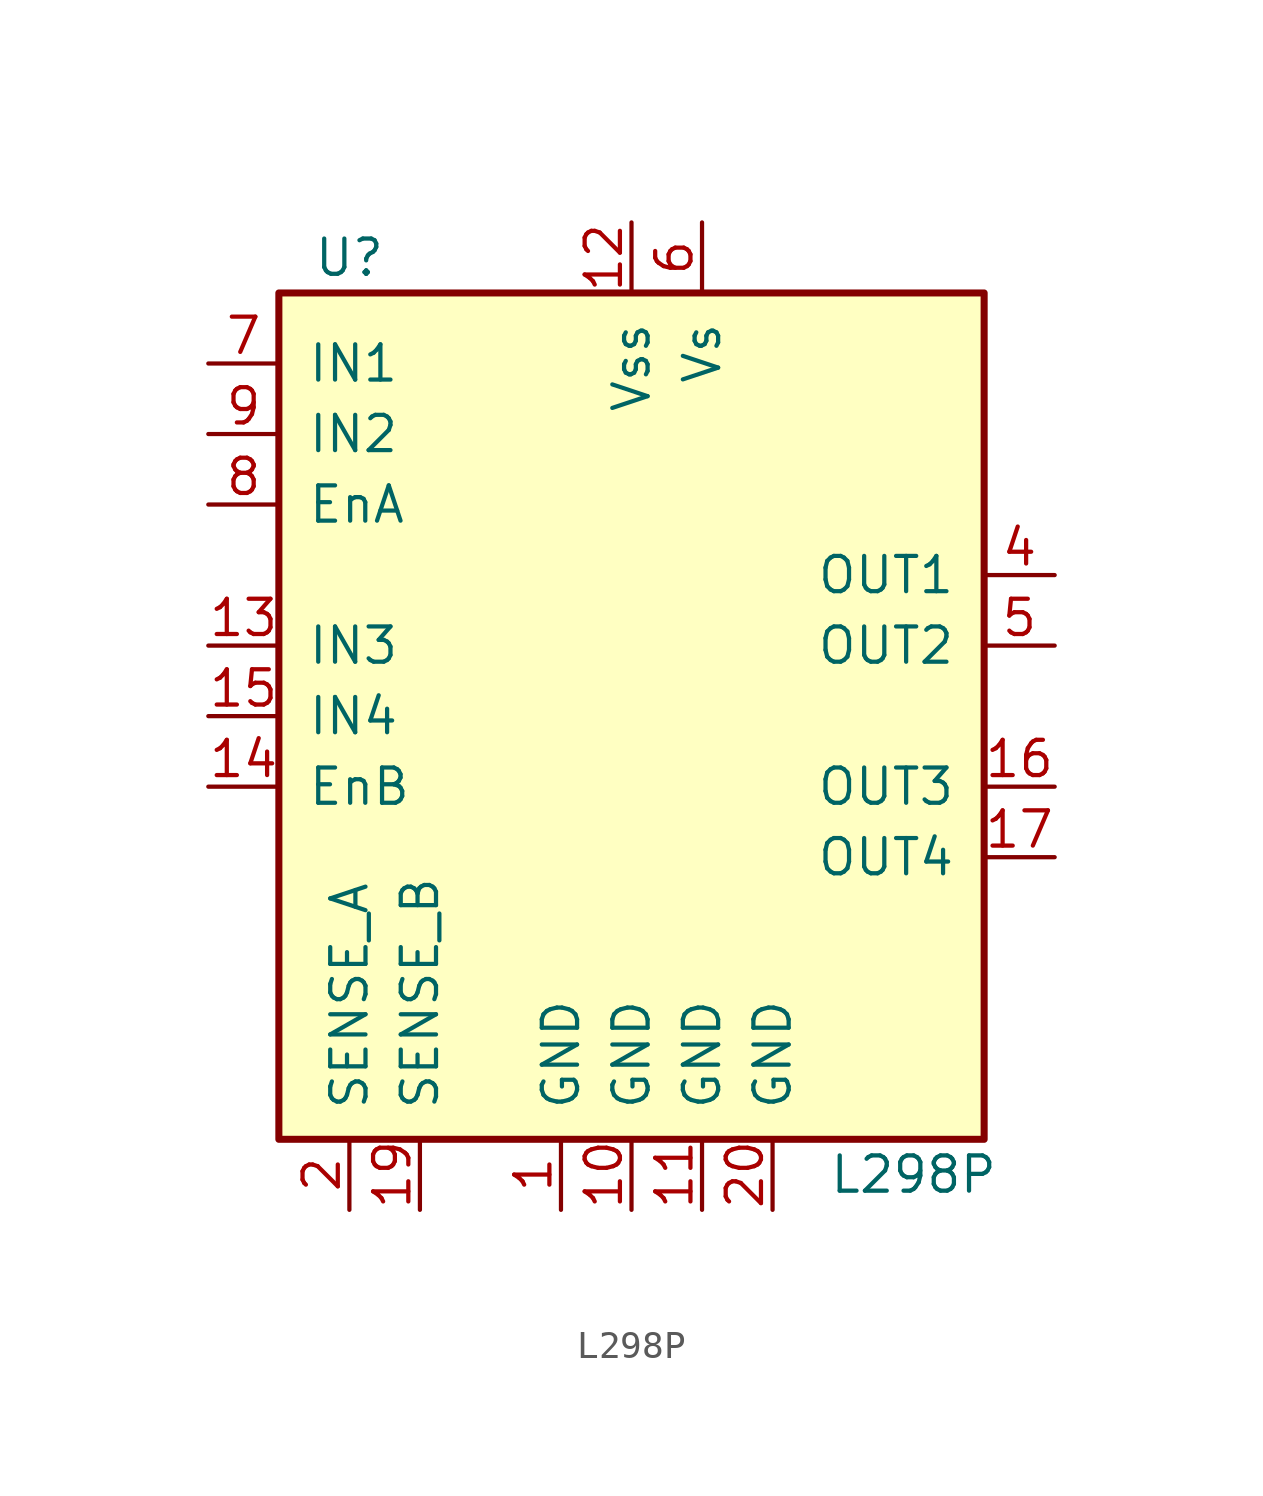
<source format=kicad_sym>
(kicad_symbol_lib
  (version 20220914)
  (generator kicad_symbol_editor)
  (symbol "L298P"
    (pin_names
      (offset 1.016))
    (property "Reference" "U"
      (at -10.16 16.51 0)
      (effects (font (size 1.27 1.27))))
    (property "Value" "L298P"
      (at 10.16 -16.51 0)
      (effects (font (size 1.27 1.27))))
    (symbol "L298P_0_1"
      (rectangle (start -12.7 15.24) (end 12.7 -15.24) (stroke (width 0.254) (type default)) (fill (type background))))
    (symbol "L298P_1_1"
      (pin power_in line (at -2.54 -17.78 90) (length 2.54) (name "GND" (effects (font (size 1.27 1.27)))) (number "1" (effects (font (size 1.27 1.27)))))
      (pin power_in line (at 0 -17.78 90) (length 2.54) (name "GND" (effects (font (size 1.27 1.27)))) (number "10" (effects (font (size 1.27 1.27)))))
      (pin power_in line (at 2.54 -17.78 90) (length 2.54) (name "GND" (effects (font (size 1.27 1.27)))) (number "11" (effects (font (size 1.27 1.27)))))
      (pin power_in line (at 0 17.78 270) (length 2.54) (name "Vss" (effects (font (size 1.27 1.27)))) (number "12" (effects (font (size 1.27 1.27)))))
      (pin input line (at -15.24 2.54 0) (length 2.54) (name "IN3" (effects (font (size 1.27 1.27)))) (number "13" (effects (font (size 1.27 1.27)))))
      (pin input line (at -15.24 -2.54 0) (length 2.54) (name "EnB" (effects (font (size 1.27 1.27)))) (number "14" (effects (font (size 1.27 1.27)))))
      (pin input line (at -15.24 0 0) (length 2.54) (name "IN4" (effects (font (size 1.27 1.27)))) (number "15" (effects (font (size 1.27 1.27)))))
      (pin output line (at 15.24 -2.54 180) (length 2.54) (name "OUT3" (effects (font (size 1.27 1.27)))) (number "16" (effects (font (size 1.27 1.27)))))
      (pin output line (at 15.24 -5.08 180) (length 2.54) (name "OUT4" (effects (font (size 1.27 1.27)))) (number "17" (effects (font (size 1.27 1.27)))))
      (pin no_connect line (at 15.24 10.16 180) (length 2.54) hide (name "NC" (effects (font (size 1.27 1.27)))) (number "18" (effects (font (size 1.27 1.27)))))
      (pin power_in line (at -7.62 -17.78 90) (length 2.54) (name "SENSE_B" (effects (font (size 1.27 1.27)))) (number "19" (effects (font (size 1.27 1.27)))))
      (pin power_in line (at -10.16 -17.78 90) (length 2.54) (name "SENSE_A" (effects (font (size 1.27 1.27)))) (number "2" (effects (font (size 1.27 1.27)))))
      (pin power_in line (at 5.08 -17.78 90) (length 2.54) (name "GND" (effects (font (size 1.27 1.27)))) (number "20" (effects (font (size 1.27 1.27)))))
      (pin no_connect line (at 15.24 12.7 180) (length 2.54) hide (name "NC" (effects (font (size 1.27 1.27)))) (number "3" (effects (font (size 1.27 1.27)))))
      (pin output line (at 15.24 5.08 180) (length 2.54) (name "OUT1" (effects (font (size 1.27 1.27)))) (number "4" (effects (font (size 1.27 1.27)))))
      (pin output line (at 15.24 2.54 180) (length 2.54) (name "OUT2" (effects (font (size 1.27 1.27)))) (number "5" (effects (font (size 1.27 1.27)))))
      (pin power_in line (at 2.54 17.78 270) (length 2.54) (name "Vs" (effects (font (size 1.27 1.27)))) (number "6" (effects (font (size 1.27 1.27)))))
      (pin input line (at -15.24 12.7 0) (length 2.54) (name "IN1" (effects (font (size 1.27 1.27)))) (number "7" (effects (font (size 1.27 1.27)))))
      (pin input line (at -15.24 7.62 0) (length 2.54) (name "EnA" (effects (font (size 1.27 1.27)))) (number "8" (effects (font (size 1.27 1.27)))))
      (pin input line (at -15.24 10.16 0) (length 2.54) (name "IN2" (effects (font (size 1.27 1.27)))) (number "9" (effects (font (size 1.27 1.27))))))))
</source>
